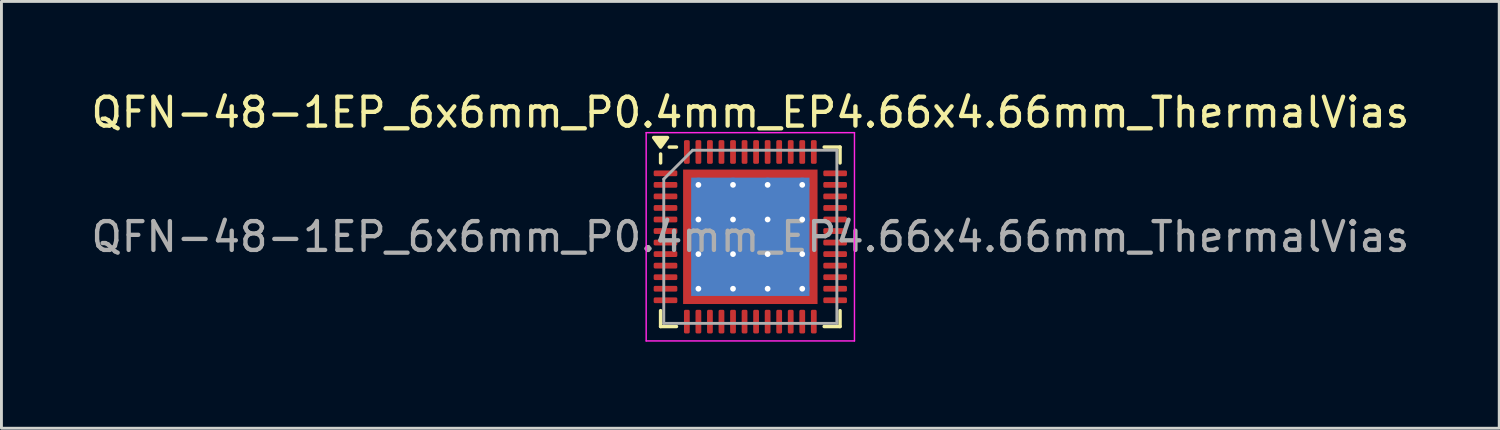
<source format=kicad_pcb>
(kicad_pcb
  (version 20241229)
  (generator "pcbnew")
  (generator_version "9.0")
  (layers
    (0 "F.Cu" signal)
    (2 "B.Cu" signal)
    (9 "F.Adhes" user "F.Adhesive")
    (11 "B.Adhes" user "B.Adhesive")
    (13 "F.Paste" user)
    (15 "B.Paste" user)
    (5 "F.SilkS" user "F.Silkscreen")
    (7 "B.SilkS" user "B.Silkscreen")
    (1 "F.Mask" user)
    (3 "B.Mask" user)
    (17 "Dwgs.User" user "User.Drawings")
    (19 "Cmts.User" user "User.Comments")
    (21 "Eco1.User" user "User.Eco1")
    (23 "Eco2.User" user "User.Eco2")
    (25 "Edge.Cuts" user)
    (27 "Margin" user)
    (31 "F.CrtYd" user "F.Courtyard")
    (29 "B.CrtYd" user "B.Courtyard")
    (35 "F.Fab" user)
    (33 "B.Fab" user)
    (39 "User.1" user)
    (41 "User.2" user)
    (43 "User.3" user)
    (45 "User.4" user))
  (footprint "QFN-48-1EP_6x6mm_P0.4mm_EP4.66x4.66mm_ThermalVias"
    (layer "F.Cu")
    (at 22.958 5.158)
    (property "Reference" "QFN-48-1EP_6x6mm_P0.4mm_EP4.66x4.66mm_ThermalVias" (at 0 -4.31 0) (layer "F.SilkS") (effects (font (size 1 1) (thickness 0.15))))
    (attr smd)
    (fp_line (start -3.11 -2.56) (end -3.11 -2.87) (stroke (width 0.12) (type solid)) (layer "F.SilkS"))
    (fp_line (start -3.11 3.11) (end -3.11 2.56) (stroke (width 0.12) (type solid)) (layer "F.SilkS"))
    (fp_line (start -2.56 -3.11) (end -2.81 -3.11) (stroke (width 0.12) (type solid)) (layer "F.SilkS"))
    (fp_line (start -2.56 3.11) (end -3.11 3.11) (stroke (width 0.12) (type solid)) (layer "F.SilkS"))
    (fp_line (start 2.56 -3.11) (end 3.11 -3.11) (stroke (width 0.12) (type solid)) (layer "F.SilkS"))
    (fp_line (start 2.56 3.11) (end 3.11 3.11) (stroke (width 0.12) (type solid)) (layer "F.SilkS"))
    (fp_line (start 3.11 -3.11) (end 3.11 -2.56) (stroke (width 0.12) (type solid)) (layer "F.SilkS"))
    (fp_line (start 3.11 3.11) (end 3.11 2.56) (stroke (width 0.12) (type solid)) (layer "F.SilkS"))
    (fp_poly (pts (xy -3.11 -3.11) (xy -3.35 -3.44) (xy -2.87 -3.44) (xy -3.11 -3.11)) (stroke (width 0.12) (type solid)) (fill yes) (layer "F.SilkS"))
    (fp_line (start -3.61 -3.61) (end -3.61 3.61) (stroke (width 0.05) (type solid)) (layer "F.CrtYd"))
    (fp_line (start -3.61 3.61) (end 3.61 3.61) (stroke (width 0.05) (type solid)) (layer "F.CrtYd"))
    (fp_line (start 3.61 -3.61) (end -3.61 -3.61) (stroke (width 0.05) (type solid)) (layer "F.CrtYd"))
    (fp_line (start 3.61 3.61) (end 3.61 -3.61) (stroke (width 0.05) (type solid)) (layer "F.CrtYd"))
    (fp_line (start -3 -2) (end -2 -3) (stroke (width 0.1) (type solid)) (layer "F.Fab"))
    (fp_line (start -3 3) (end -3 -2) (stroke (width 0.1) (type solid)) (layer "F.Fab"))
    (fp_line (start -2 -3) (end 3 -3) (stroke (width 0.1) (type solid)) (layer "F.Fab"))
    (fp_line (start 3 -3) (end 3 3) (stroke (width 0.1) (type solid)) (layer "F.Fab"))
    (fp_line (start 3 3) (end -3 3) (stroke (width 0.1) (type solid)) (layer "F.Fab"))
    (fp_text user "${REFERENCE}" (at 0 0 0) (layer "F.Fab") (effects (font (size 1 1) (thickness 0.15))))
    (pad "" smd custom (at -2.065 -2.065) (size 0.3 0.3) (layers "F.Paste") (options (anchor circle)) (primitives (gr_poly (pts (xy -0.107 -0.107) (xy 0.107 -0.107) (xy 0.107 -0.011) (xy -0.011 0.107) (xy -0.107 0.107)) (width 0.214) (fill yes))))
    (pad "" smd custom (at -2.065 -1.2) (size 0.346 0.346) (layers "F.Paste") (options (anchor circle)) (primitives (gr_poly (pts (xy -0.132 -0.402) (xy 0.065 -0.402) (xy 0.132 -0.335) (xy 0.132 0.335) (xy 0.065 0.402) (xy -0.132 0.402)) (width 0.163) (fill yes))))
    (pad "" smd custom (at -2.065 0) (size 0.346 0.346) (layers "F.Paste") (options (anchor circle)) (primitives (gr_poly (pts (xy -0.132 -0.402) (xy 0.065 -0.402) (xy 0.132 -0.335) (xy 0.132 0.335) (xy 0.065 0.402) (xy -0.132 0.402)) (width 0.163) (fill yes))))
    (pad "" smd custom (at -2.065 1.2) (size 0.346 0.346) (layers "F.Paste") (options (anchor circle)) (primitives (gr_poly (pts (xy -0.132 -0.402) (xy 0.065 -0.402) (xy 0.132 -0.335) (xy 0.132 0.335) (xy 0.065 0.402) (xy -0.132 0.402)) (width 0.163) (fill yes))))
    (pad "" smd custom (at -2.065 2.065) (size 0.3 0.3) (layers "F.Paste") (options (anchor circle)) (primitives (gr_poly (pts (xy -0.107 -0.107) (xy -0.011 -0.107) (xy 0.107 0.011) (xy 0.107 0.107) (xy -0.107 0.107)) (width 0.214) (fill yes))))
    (pad "" smd custom (at -1.2 -2.065) (size 0.346 0.346) (layers "F.Paste") (options (anchor circle)) (primitives (gr_poly (pts (xy -0.402 -0.132) (xy 0.402 -0.132) (xy 0.402 0.065) (xy 0.335 0.132) (xy -0.335 0.132) (xy -0.402 0.065)) (width 0.163) (fill yes))))
    (pad "" smd roundrect (at -1.2 -1.2) (size 0.967 0.967) (layers "F.Paste") (roundrect_rratio 0.25))
    (pad "" smd roundrect (at -1.2 0) (size 0.967 0.967) (layers "F.Paste") (roundrect_rratio 0.25))
    (pad "" smd roundrect (at -1.2 1.2) (size 0.967 0.967) (layers "F.Paste") (roundrect_rratio 0.25))
    (pad "" smd custom (at -1.2 2.065) (size 0.346 0.346) (layers "F.Paste") (options (anchor circle)) (primitives (gr_poly (pts (xy -0.402 -0.065) (xy -0.335 -0.132) (xy 0.335 -0.132) (xy 0.402 -0.065) (xy 0.402 0.132) (xy -0.402 0.132)) (width 0.163) (fill yes))))
    (pad "" smd custom (at 0 -2.065) (size 0.346 0.346) (layers "F.Paste") (options (anchor circle)) (primitives (gr_poly (pts (xy -0.402 -0.132) (xy 0.402 -0.132) (xy 0.402 0.065) (xy 0.335 0.132) (xy -0.335 0.132) (xy -0.402 0.065)) (width 0.163) (fill yes))))
    (pad "" smd roundrect (at 0 -1.2) (size 0.967 0.967) (layers "F.Paste") (roundrect_rratio 0.25))
    (pad "" smd roundrect (at 0 0) (size 0.967 0.967) (layers "F.Paste") (roundrect_rratio 0.25))
    (pad "" smd roundrect (at 0 1.2) (size 0.967 0.967) (layers "F.Paste") (roundrect_rratio 0.25))
    (pad "" smd custom (at 0 2.065) (size 0.346 0.346) (layers "F.Paste") (options (anchor circle)) (primitives (gr_poly (pts (xy -0.402 -0.065) (xy -0.335 -0.132) (xy 0.335 -0.132) (xy 0.402 -0.065) (xy 0.402 0.132) (xy -0.402 0.132)) (width 0.163) (fill yes))))
    (pad "" smd custom (at 1.2 -2.065) (size 0.346 0.346) (layers "F.Paste") (options (anchor circle)) (primitives (gr_poly (pts (xy -0.402 -0.132) (xy 0.402 -0.132) (xy 0.402 0.065) (xy 0.335 0.132) (xy -0.335 0.132) (xy -0.402 0.065)) (width 0.163) (fill yes))))
    (pad "" smd roundrect (at 1.2 -1.2) (size 0.967 0.967) (layers "F.Paste") (roundrect_rratio 0.25))
    (pad "" smd roundrect (at 1.2 0) (size 0.967 0.967) (layers "F.Paste") (roundrect_rratio 0.25))
    (pad "" smd roundrect (at 1.2 1.2) (size 0.967 0.967) (layers "F.Paste") (roundrect_rratio 0.25))
    (pad "" smd custom (at 1.2 2.065) (size 0.346 0.346) (layers "F.Paste") (options (anchor circle)) (primitives (gr_poly (pts (xy -0.402 -0.065) (xy -0.335 -0.132) (xy 0.335 -0.132) (xy 0.402 -0.065) (xy 0.402 0.132) (xy -0.402 0.132)) (width 0.163) (fill yes))))
    (pad "" smd custom (at 2.065 -2.065) (size 0.3 0.3) (layers "F.Paste") (options (anchor circle)) (primitives (gr_poly (pts (xy -0.107 -0.107) (xy 0.107 -0.107) (xy 0.107 0.107) (xy 0.011 0.107) (xy -0.107 -0.011)) (width 0.214) (fill yes))))
    (pad "" smd custom (at 2.065 -1.2) (size 0.346 0.346) (layers "F.Paste") (options (anchor circle)) (primitives (gr_poly (pts (xy -0.132 -0.335) (xy -0.065 -0.402) (xy 0.132 -0.402) (xy 0.132 0.402) (xy -0.065 0.402) (xy -0.132 0.335)) (width 0.163) (fill yes))))
    (pad "" smd custom (at 2.065 0) (size 0.346 0.346) (layers "F.Paste") (options (anchor circle)) (primitives (gr_poly (pts (xy -0.132 -0.335) (xy -0.065 -0.402) (xy 0.132 -0.402) (xy 0.132 0.402) (xy -0.065 0.402) (xy -0.132 0.335)) (width 0.163) (fill yes))))
    (pad "" smd custom (at 2.065 1.2) (size 0.346 0.346) (layers "F.Paste") (options (anchor circle)) (primitives (gr_poly (pts (xy -0.132 -0.335) (xy -0.065 -0.402) (xy 0.132 -0.402) (xy 0.132 0.402) (xy -0.065 0.402) (xy -0.132 0.335)) (width 0.163) (fill yes))))
    (pad "" smd custom (at 2.065 2.065) (size 0.3 0.3) (layers "F.Paste") (options (anchor circle)) (primitives (gr_poly (pts (xy -0.107 0.011) (xy 0.011 -0.107) (xy 0.107 -0.107) (xy 0.107 0.107) (xy -0.107 0.107)) (width 0.214) (fill yes))))
    (pad "1" smd roundrect (at -2.94 -2.2) (size 0.82 0.2) (layers "F.Cu" "F.Mask" "F.Paste") (roundrect_rratio 0.25))
    (pad "2" smd roundrect (at -2.94 -1.8) (size 0.82 0.2) (layers "F.Cu" "F.Mask" "F.Paste") (roundrect_rratio 0.25))
    (pad "3" smd roundrect (at -2.94 -1.4) (size 0.82 0.2) (layers "F.Cu" "F.Mask" "F.Paste") (roundrect_rratio 0.25))
    (pad "4" smd roundrect (at -2.94 -1) (size 0.82 0.2) (layers "F.Cu" "F.Mask" "F.Paste") (roundrect_rratio 0.25))
    (pad "5" smd roundrect (at -2.94 -0.6) (size 0.82 0.2) (layers "F.Cu" "F.Mask" "F.Paste") (roundrect_rratio 0.25))
    (pad "6" smd roundrect (at -2.94 -0.2) (size 0.82 0.2) (layers "F.Cu" "F.Mask" "F.Paste") (roundrect_rratio 0.25))
    (pad "7" smd roundrect (at -2.94 0.2) (size 0.82 0.2) (layers "F.Cu" "F.Mask" "F.Paste") (roundrect_rratio 0.25))
    (pad "8" smd roundrect (at -2.94 0.6) (size 0.82 0.2) (layers "F.Cu" "F.Mask" "F.Paste") (roundrect_rratio 0.25))
    (pad "9" smd roundrect (at -2.94 1) (size 0.82 0.2) (layers "F.Cu" "F.Mask" "F.Paste") (roundrect_rratio 0.25))
    (pad "10" smd roundrect (at -2.94 1.4) (size 0.82 0.2) (layers "F.Cu" "F.Mask" "F.Paste") (roundrect_rratio 0.25))
    (pad "11" smd roundrect (at -2.94 1.8) (size 0.82 0.2) (layers "F.Cu" "F.Mask" "F.Paste") (roundrect_rratio 0.25))
    (pad "12" smd roundrect (at -2.94 2.2) (size 0.82 0.2) (layers "F.Cu" "F.Mask" "F.Paste") (roundrect_rratio 0.25))
    (pad "13" smd roundrect (at -2.2 2.94) (size 0.2 0.82) (layers "F.Cu" "F.Mask" "F.Paste") (roundrect_rratio 0.25))
    (pad "14" smd roundrect (at -1.8 2.94) (size 0.2 0.82) (layers "F.Cu" "F.Mask" "F.Paste") (roundrect_rratio 0.25))
    (pad "15" smd roundrect (at -1.4 2.94) (size 0.2 0.82) (layers "F.Cu" "F.Mask" "F.Paste") (roundrect_rratio 0.25))
    (pad "16" smd roundrect (at -1 2.94) (size 0.2 0.82) (layers "F.Cu" "F.Mask" "F.Paste") (roundrect_rratio 0.25))
    (pad "17" smd roundrect (at -0.6 2.94) (size 0.2 0.82) (layers "F.Cu" "F.Mask" "F.Paste") (roundrect_rratio 0.25))
    (pad "18" smd roundrect (at -0.2 2.94) (size 0.2 0.82) (layers "F.Cu" "F.Mask" "F.Paste") (roundrect_rratio 0.25))
    (pad "19" smd roundrect (at 0.2 2.94) (size 0.2 0.82) (layers "F.Cu" "F.Mask" "F.Paste") (roundrect_rratio 0.25))
    (pad "20" smd roundrect (at 0.6 2.94) (size 0.2 0.82) (layers "F.Cu" "F.Mask" "F.Paste") (roundrect_rratio 0.25))
    (pad "21" smd roundrect (at 1 2.94) (size 0.2 0.82) (layers "F.Cu" "F.Mask" "F.Paste") (roundrect_rratio 0.25))
    (pad "22" smd roundrect (at 1.4 2.94) (size 0.2 0.82) (layers "F.Cu" "F.Mask" "F.Paste") (roundrect_rratio 0.25))
    (pad "23" smd roundrect (at 1.8 2.94) (size 0.2 0.82) (layers "F.Cu" "F.Mask" "F.Paste") (roundrect_rratio 0.25))
    (pad "24" smd roundrect (at 2.2 2.94) (size 0.2 0.82) (layers "F.Cu" "F.Mask" "F.Paste") (roundrect_rratio 0.25))
    (pad "25" smd roundrect (at 2.94 2.2) (size 0.82 0.2) (layers "F.Cu" "F.Mask" "F.Paste") (roundrect_rratio 0.25))
    (pad "26" smd roundrect (at 2.94 1.8) (size 0.82 0.2) (layers "F.Cu" "F.Mask" "F.Paste") (roundrect_rratio 0.25))
    (pad "27" smd roundrect (at 2.94 1.4) (size 0.82 0.2) (layers "F.Cu" "F.Mask" "F.Paste") (roundrect_rratio 0.25))
    (pad "28" smd roundrect (at 2.94 1) (size 0.82 0.2) (layers "F.Cu" "F.Mask" "F.Paste") (roundrect_rratio 0.25))
    (pad "29" smd roundrect (at 2.94 0.6) (size 0.82 0.2) (layers "F.Cu" "F.Mask" "F.Paste") (roundrect_rratio 0.25))
    (pad "30" smd roundrect (at 2.94 0.2) (size 0.82 0.2) (layers "F.Cu" "F.Mask" "F.Paste") (roundrect_rratio 0.25))
    (pad "31" smd roundrect (at 2.94 -0.2) (size 0.82 0.2) (layers "F.Cu" "F.Mask" "F.Paste") (roundrect_rratio 0.25))
    (pad "32" smd roundrect (at 2.94 -0.6) (size 0.82 0.2) (layers "F.Cu" "F.Mask" "F.Paste") (roundrect_rratio 0.25))
    (pad "33" smd roundrect (at 2.94 -1) (size 0.82 0.2) (layers "F.Cu" "F.Mask" "F.Paste") (roundrect_rratio 0.25))
    (pad "34" smd roundrect (at 2.94 -1.4) (size 0.82 0.2) (layers "F.Cu" "F.Mask" "F.Paste") (roundrect_rratio 0.25))
    (pad "35" smd roundrect (at 2.94 -1.8) (size 0.82 0.2) (layers "F.Cu" "F.Mask" "F.Paste") (roundrect_rratio 0.25))
    (pad "36" smd roundrect (at 2.94 -2.2) (size 0.82 0.2) (layers "F.Cu" "F.Mask" "F.Paste") (roundrect_rratio 0.25))
    (pad "37" smd roundrect (at 2.2 -2.94) (size 0.2 0.82) (layers "F.Cu" "F.Mask" "F.Paste") (roundrect_rratio 0.25))
    (pad "38" smd roundrect (at 1.8 -2.94) (size 0.2 0.82) (layers "F.Cu" "F.Mask" "F.Paste") (roundrect_rratio 0.25))
    (pad "39" smd roundrect (at 1.4 -2.94) (size 0.2 0.82) (layers "F.Cu" "F.Mask" "F.Paste") (roundrect_rratio 0.25))
    (pad "40" smd roundrect (at 1 -2.94) (size 0.2 0.82) (layers "F.Cu" "F.Mask" "F.Paste") (roundrect_rratio 0.25))
    (pad "41" smd roundrect (at 0.6 -2.94) (size 0.2 0.82) (layers "F.Cu" "F.Mask" "F.Paste") (roundrect_rratio 0.25))
    (pad "42" smd roundrect (at 0.2 -2.94) (size 0.2 0.82) (layers "F.Cu" "F.Mask" "F.Paste") (roundrect_rratio 0.25))
    (pad "43" smd roundrect (at -0.2 -2.94) (size 0.2 0.82) (layers "F.Cu" "F.Mask" "F.Paste") (roundrect_rratio 0.25))
    (pad "44" smd roundrect (at -0.6 -2.94) (size 0.2 0.82) (layers "F.Cu" "F.Mask" "F.Paste") (roundrect_rratio 0.25))
    (pad "45" smd roundrect (at -1 -2.94) (size 0.2 0.82) (layers "F.Cu" "F.Mask" "F.Paste") (roundrect_rratio 0.25))
    (pad "46" smd roundrect (at -1.4 -2.94) (size 0.2 0.82) (layers "F.Cu" "F.Mask" "F.Paste") (roundrect_rratio 0.25))
    (pad "47" smd roundrect (at -1.8 -2.94) (size 0.2 0.82) (layers "F.Cu" "F.Mask" "F.Paste") (roundrect_rratio 0.25))
    (pad "48" smd roundrect (at -2.2 -2.94) (size 0.2 0.82) (layers "F.Cu" "F.Mask" "F.Paste") (roundrect_rratio 0.25))
    (pad "49" thru_hole circle (at -1.8 -1.8) (size 0.5 0.5) (drill 0.2) (property pad_prop_heatsink) (layers "*.Cu"))
    (pad "49" thru_hole circle (at -1.8 -0.6) (size 0.5 0.5) (drill 0.2) (property pad_prop_heatsink) (layers "*.Cu"))
    (pad "49" thru_hole circle (at -1.8 0.6) (size 0.5 0.5) (drill 0.2) (property pad_prop_heatsink) (layers "*.Cu"))
    (pad "49" thru_hole circle (at -1.8 1.8) (size 0.5 0.5) (drill 0.2) (property pad_prop_heatsink) (layers "*.Cu"))
    (pad "49" thru_hole circle (at -0.6 -1.8) (size 0.5 0.5) (drill 0.2) (property pad_prop_heatsink) (layers "*.Cu"))
    (pad "49" thru_hole circle (at -0.6 -0.6) (size 0.5 0.5) (drill 0.2) (property pad_prop_heatsink) (layers "*.Cu"))
    (pad "49" thru_hole circle (at -0.6 0.6) (size 0.5 0.5) (drill 0.2) (property pad_prop_heatsink) (layers "*.Cu"))
    (pad "49" thru_hole circle (at -0.6 1.8) (size 0.5 0.5) (drill 0.2) (property pad_prop_heatsink) (layers "*.Cu"))
    (pad "49" smd rect (at 0 0) (size 4.1 4.1) (property pad_prop_heatsink) (layers "B.Cu"))
    (pad "49" smd rect (at 0 0) (size 4.66 4.66) (property pad_prop_heatsink) (layers "F.Cu" "F.Mask"))
    (pad "49" thru_hole circle (at 0.6 -1.8) (size 0.5 0.5) (drill 0.2) (property pad_prop_heatsink) (layers "*.Cu"))
    (pad "49" thru_hole circle (at 0.6 -0.6) (size 0.5 0.5) (drill 0.2) (property pad_prop_heatsink) (layers "*.Cu"))
    (pad "49" thru_hole circle (at 0.6 0.6) (size 0.5 0.5) (drill 0.2) (property pad_prop_heatsink) (layers "*.Cu"))
    (pad "49" thru_hole circle (at 0.6 1.8) (size 0.5 0.5) (drill 0.2) (property pad_prop_heatsink) (layers "*.Cu"))
    (pad "49" thru_hole circle (at 1.8 -1.8) (size 0.5 0.5) (drill 0.2) (property pad_prop_heatsink) (layers "*.Cu"))
    (pad "49" thru_hole circle (at 1.8 -0.6) (size 0.5 0.5) (drill 0.2) (property pad_prop_heatsink) (layers "*.Cu"))
    (pad "49" thru_hole circle (at 1.8 0.6) (size 0.5 0.5) (drill 0.2) (property pad_prop_heatsink) (layers "*.Cu"))
    (pad "49" thru_hole circle (at 1.8 1.8) (size 0.5 0.5) (drill 0.2) (property pad_prop_heatsink) (layers "*.Cu")))
  (gr_rect
    (start -3 -3)
    (end 48.917 11.793)
    (stroke (width 0.1) (type default))
    (fill no)
    (layer "Edge.Cuts")))
</source>
